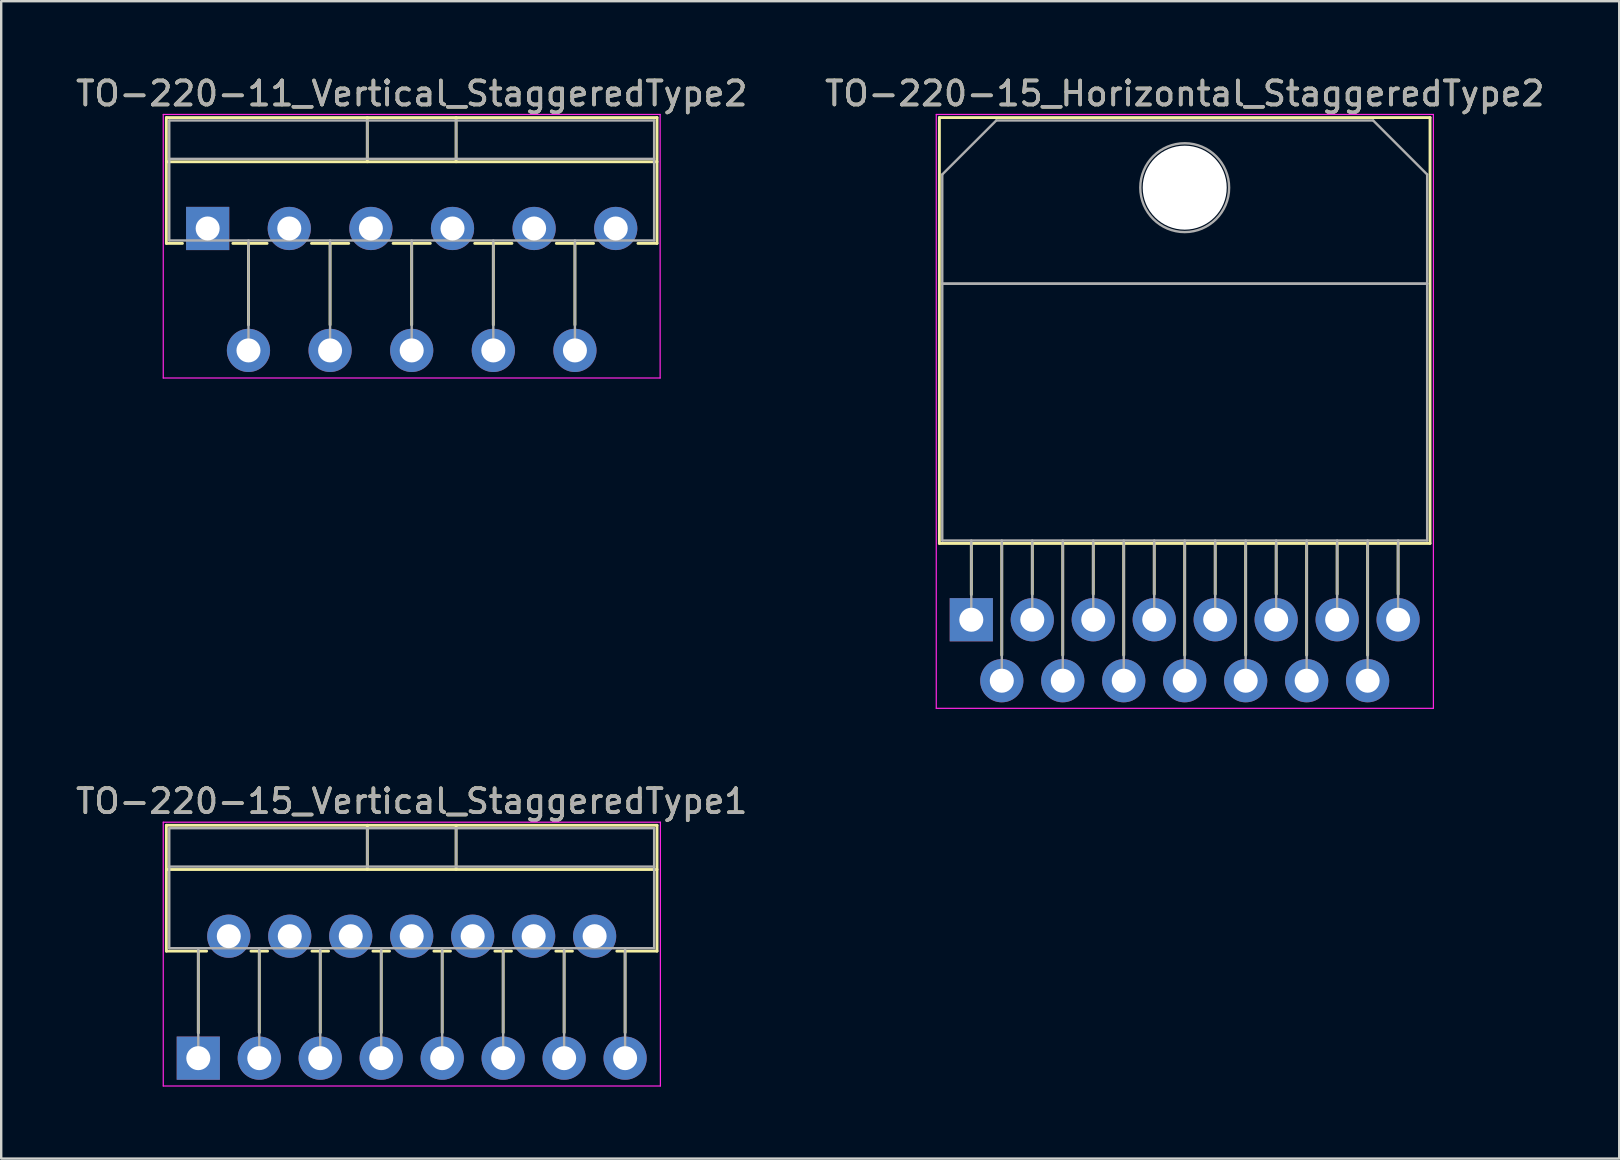
<source format=kicad_pcb>
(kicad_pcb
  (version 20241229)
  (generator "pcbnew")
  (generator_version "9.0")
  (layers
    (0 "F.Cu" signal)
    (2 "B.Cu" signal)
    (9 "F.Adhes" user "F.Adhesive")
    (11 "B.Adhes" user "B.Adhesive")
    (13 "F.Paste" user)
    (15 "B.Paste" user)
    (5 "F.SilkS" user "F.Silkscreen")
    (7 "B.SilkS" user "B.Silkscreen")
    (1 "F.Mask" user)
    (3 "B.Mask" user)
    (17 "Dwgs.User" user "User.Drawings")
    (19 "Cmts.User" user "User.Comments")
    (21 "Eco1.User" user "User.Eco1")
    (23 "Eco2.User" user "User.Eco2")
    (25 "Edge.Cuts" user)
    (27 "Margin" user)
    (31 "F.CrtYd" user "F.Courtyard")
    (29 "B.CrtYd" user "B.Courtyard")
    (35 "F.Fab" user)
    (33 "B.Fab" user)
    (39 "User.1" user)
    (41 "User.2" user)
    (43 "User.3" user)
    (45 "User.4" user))
  (footprint "TO-220-15_Horizontal_StaggeredType2"
    (layer "F.Cu")
    (at 37.414 22.768)
    (property "Reference" "TO-220-15_Horizontal_StaggeredType2" (at 8.89 -21.92 0) (layer "F.SilkS") (effects (font (size 1 1) (thickness 0.15))))
    (attr through_hole)
    (fp_line (start -1.33 -20.92) (end -1.33 -3.18) (stroke (width 0.12) (type solid)) (layer "F.SilkS"))
    (fp_line (start -1.33 -20.92) (end 19.11 -20.92) (stroke (width 0.12) (type solid)) (layer "F.SilkS"))
    (fp_line (start -1.33 -3.18) (end 19.11 -3.18) (stroke (width 0.12) (type solid)) (layer "F.SilkS"))
    (fp_line (start 0 -3.18) (end 0 -1.05) (stroke (width 0.12) (type solid)) (layer "F.SilkS"))
    (fp_line (start 1.27 -3.18) (end 1.27 1.475) (stroke (width 0.12) (type solid)) (layer "F.SilkS"))
    (fp_line (start 2.54 -3.18) (end 2.54 -1.066) (stroke (width 0.12) (type solid)) (layer "F.SilkS"))
    (fp_line (start 3.81 -3.18) (end 3.81 1.475) (stroke (width 0.12) (type solid)) (layer "F.SilkS"))
    (fp_line (start 5.08 -3.18) (end 5.08 -1.066) (stroke (width 0.12) (type solid)) (layer "F.SilkS"))
    (fp_line (start 6.35 -3.18) (end 6.35 1.475) (stroke (width 0.12) (type solid)) (layer "F.SilkS"))
    (fp_line (start 7.62 -3.18) (end 7.62 -1.066) (stroke (width 0.12) (type solid)) (layer "F.SilkS"))
    (fp_line (start 8.89 -3.18) (end 8.89 1.475) (stroke (width 0.12) (type solid)) (layer "F.SilkS"))
    (fp_line (start 10.16 -3.18) (end 10.16 -1.066) (stroke (width 0.12) (type solid)) (layer "F.SilkS"))
    (fp_line (start 11.43 -3.18) (end 11.43 1.475) (stroke (width 0.12) (type solid)) (layer "F.SilkS"))
    (fp_line (start 12.7 -3.18) (end 12.7 -1.066) (stroke (width 0.12) (type solid)) (layer "F.SilkS"))
    (fp_line (start 13.97 -3.18) (end 13.97 1.475) (stroke (width 0.12) (type solid)) (layer "F.SilkS"))
    (fp_line (start 15.24 -3.18) (end 15.24 -1.066) (stroke (width 0.12) (type solid)) (layer "F.SilkS"))
    (fp_line (start 16.51 -3.18) (end 16.51 1.475) (stroke (width 0.12) (type solid)) (layer "F.SilkS"))
    (fp_line (start 17.78 -3.18) (end 17.78 -1.066) (stroke (width 0.12) (type solid)) (layer "F.SilkS"))
    (fp_line (start 19.11 -20.92) (end 19.11 -3.18) (stroke (width 0.12) (type solid)) (layer "F.SilkS"))
    (fp_line (start -1.46 -21.05) (end -1.46 3.69) (stroke (width 0.05) (type solid)) (layer "F.CrtYd"))
    (fp_line (start -1.46 3.69) (end 19.25 3.69) (stroke (width 0.05) (type solid)) (layer "F.CrtYd"))
    (fp_line (start 19.25 -21.05) (end -1.46 -21.05) (stroke (width 0.05) (type solid)) (layer "F.CrtYd"))
    (fp_line (start 19.25 3.69) (end 19.25 -21.05) (stroke (width 0.05) (type solid)) (layer "F.CrtYd"))
    (fp_line (start -1.21 -18.55) (end 1.041 -20.8) (stroke (width 0.1) (type solid)) (layer "F.Fab"))
    (fp_line (start -1.21 -14) (end -1.21 -18.55) (stroke (width 0.1) (type solid)) (layer "F.Fab"))
    (fp_line (start -1.21 -14) (end 18.99 -14) (stroke (width 0.1) (type solid)) (layer "F.Fab"))
    (fp_line (start -1.21 -3.3) (end -1.21 -14) (stroke (width 0.1) (type solid)) (layer "F.Fab"))
    (fp_line (start 0 -3.3) (end 0 0) (stroke (width 0.1) (type solid)) (layer "F.Fab"))
    (fp_line (start 1.041 -20.8) (end 16.74 -20.8) (stroke (width 0.1) (type solid)) (layer "F.Fab"))
    (fp_line (start 1.27 -3.3) (end 1.27 2.54) (stroke (width 0.1) (type solid)) (layer "F.Fab"))
    (fp_line (start 2.54 -3.3) (end 2.54 0) (stroke (width 0.1) (type solid)) (layer "F.Fab"))
    (fp_line (start 3.81 -3.3) (end 3.81 2.54) (stroke (width 0.1) (type solid)) (layer "F.Fab"))
    (fp_line (start 5.08 -3.3) (end 5.08 0) (stroke (width 0.1) (type solid)) (layer "F.Fab"))
    (fp_line (start 6.35 -3.3) (end 6.35 2.54) (stroke (width 0.1) (type solid)) (layer "F.Fab"))
    (fp_line (start 7.62 -3.3) (end 7.62 0) (stroke (width 0.1) (type solid)) (layer "F.Fab"))
    (fp_line (start 8.89 -3.3) (end 8.89 2.54) (stroke (width 0.1) (type solid)) (layer "F.Fab"))
    (fp_line (start 10.16 -3.3) (end 10.16 0) (stroke (width 0.1) (type solid)) (layer "F.Fab"))
    (fp_line (start 11.43 -3.3) (end 11.43 2.54) (stroke (width 0.1) (type solid)) (layer "F.Fab"))
    (fp_line (start 12.7 -3.3) (end 12.7 0) (stroke (width 0.1) (type solid)) (layer "F.Fab"))
    (fp_line (start 13.97 -3.3) (end 13.97 2.54) (stroke (width 0.1) (type solid)) (layer "F.Fab"))
    (fp_line (start 15.24 -3.3) (end 15.24 0) (stroke (width 0.1) (type solid)) (layer "F.Fab"))
    (fp_line (start 16.51 -3.3) (end 16.51 2.54) (stroke (width 0.1) (type solid)) (layer "F.Fab"))
    (fp_line (start 16.74 -20.8) (end 18.99 -18.55) (stroke (width 0.1) (type solid)) (layer "F.Fab"))
    (fp_line (start 17.78 -3.3) (end 17.78 0) (stroke (width 0.1) (type solid)) (layer "F.Fab"))
    (fp_line (start 18.99 -18.55) (end 18.99 -14) (stroke (width 0.1) (type solid)) (layer "F.Fab"))
    (fp_line (start 18.99 -14) (end -1.21 -14) (stroke (width 0.1) (type solid)) (layer "F.Fab"))
    (fp_line (start 18.99 -14) (end 18.99 -3.3) (stroke (width 0.1) (type solid)) (layer "F.Fab"))
    (fp_line (start 18.99 -3.3) (end -1.21 -3.3) (stroke (width 0.1) (type solid)) (layer "F.Fab"))
    (fp_circle (center 8.89 -18) (end 10.74 -18) (stroke (width 0.1) (type solid)) (fill no) (layer "F.Fab"))
    (fp_text user "${REFERENCE}" (at 8.89 -21.92 0) (layer "F.Fab") (effects (font (size 1 1) (thickness 0.15))))
    (pad "" np_thru_hole oval (at 8.89 -18) (size 3.5 3.5) (drill 3.5) (layers "*.Cu" "*.Mask"))
    (pad "1" thru_hole rect (at 0 0) (size 1.8 1.8) (drill 1) (layers "*.Cu" "*.Mask"))
    (pad "2" thru_hole oval (at 1.27 2.54) (size 1.8 1.8) (drill 1) (layers "*.Cu" "*.Mask"))
    (pad "3" thru_hole oval (at 2.54 0) (size 1.8 1.8) (drill 1) (layers "*.Cu" "*.Mask"))
    (pad "4" thru_hole oval (at 3.81 2.54) (size 1.8 1.8) (drill 1) (layers "*.Cu" "*.Mask"))
    (pad "5" thru_hole oval (at 5.08 0) (size 1.8 1.8) (drill 1) (layers "*.Cu" "*.Mask"))
    (pad "6" thru_hole oval (at 6.35 2.54) (size 1.8 1.8) (drill 1) (layers "*.Cu" "*.Mask"))
    (pad "7" thru_hole oval (at 7.62 0) (size 1.8 1.8) (drill 1) (layers "*.Cu" "*.Mask"))
    (pad "8" thru_hole oval (at 8.89 2.54) (size 1.8 1.8) (drill 1) (layers "*.Cu" "*.Mask"))
    (pad "9" thru_hole oval (at 10.16 0) (size 1.8 1.8) (drill 1) (layers "*.Cu" "*.Mask"))
    (pad "10" thru_hole oval (at 11.43 2.54) (size 1.8 1.8) (drill 1) (layers "*.Cu" "*.Mask"))
    (pad "11" thru_hole oval (at 12.7 0) (size 1.8 1.8) (drill 1) (layers "*.Cu" "*.Mask"))
    (pad "12" thru_hole oval (at 13.97 2.54) (size 1.8 1.8) (drill 1) (layers "*.Cu" "*.Mask"))
    (pad "13" thru_hole oval (at 15.24 0) (size 1.8 1.8) (drill 1) (layers "*.Cu" "*.Mask"))
    (pad "14" thru_hole oval (at 16.51 2.54) (size 1.8 1.8) (drill 1) (layers "*.Cu" "*.Mask"))
    (pad "15" thru_hole oval (at 17.78 0) (size 1.8 1.8) (drill 1) (layers "*.Cu" "*.Mask")))
  (footprint "TO-220-15_Vertical_StaggeredType1"
    (layer "F.Cu")
    (at 5.211 41.032)
    (property "Reference" "TO-220-15_Vertical_StaggeredType1" (at 8.89 -10.7 0) (layer "F.SilkS") (effects (font (size 1 1) (thickness 0.15))))
    (attr through_hole)
    (fp_line (start -1.33 -9.7) (end -1.33 -4.459) (stroke (width 0.12) (type solid)) (layer "F.SilkS"))
    (fp_line (start -1.33 -9.7) (end 19.11 -9.7) (stroke (width 0.12) (type solid)) (layer "F.SilkS"))
    (fp_line (start -1.33 -7.86) (end 19.11 -7.86) (stroke (width 0.12) (type solid)) (layer "F.SilkS"))
    (fp_line (start -1.33 -4.459) (end 0.346 -4.459) (stroke (width 0.12) (type solid)) (layer "F.SilkS"))
    (fp_line (start 0 -4.459) (end 0 -1.05) (stroke (width 0.12) (type solid)) (layer "F.SilkS"))
    (fp_line (start 2.195 -4.459) (end 2.886 -4.459) (stroke (width 0.12) (type solid)) (layer "F.SilkS"))
    (fp_line (start 2.54 -4.459) (end 2.54 -1.065) (stroke (width 0.12) (type solid)) (layer "F.SilkS"))
    (fp_line (start 4.735 -4.459) (end 5.426 -4.459) (stroke (width 0.12) (type solid)) (layer "F.SilkS"))
    (fp_line (start 5.08 -4.459) (end 5.08 -1.065) (stroke (width 0.12) (type solid)) (layer "F.SilkS"))
    (fp_line (start 7.041 -9.7) (end 7.041 -7.86) (stroke (width 0.12) (type solid)) (layer "F.SilkS"))
    (fp_line (start 7.275 -4.459) (end 7.966 -4.459) (stroke (width 0.12) (type solid)) (layer "F.SilkS"))
    (fp_line (start 7.62 -4.459) (end 7.62 -1.065) (stroke (width 0.12) (type solid)) (layer "F.SilkS"))
    (fp_line (start 9.815 -4.459) (end 10.506 -4.459) (stroke (width 0.12) (type solid)) (layer "F.SilkS"))
    (fp_line (start 10.16 -4.459) (end 10.16 -1.065) (stroke (width 0.12) (type solid)) (layer "F.SilkS"))
    (fp_line (start 10.74 -9.7) (end 10.74 -7.86) (stroke (width 0.12) (type solid)) (layer "F.SilkS"))
    (fp_line (start 12.355 -4.459) (end 13.046 -4.459) (stroke (width 0.12) (type solid)) (layer "F.SilkS"))
    (fp_line (start 12.7 -4.459) (end 12.7 -1.065) (stroke (width 0.12) (type solid)) (layer "F.SilkS"))
    (fp_line (start 14.895 -4.459) (end 15.586 -4.459) (stroke (width 0.12) (type solid)) (layer "F.SilkS"))
    (fp_line (start 15.24 -4.459) (end 15.24 -1.065) (stroke (width 0.12) (type solid)) (layer "F.SilkS"))
    (fp_line (start 17.435 -4.459) (end 19.11 -4.459) (stroke (width 0.12) (type solid)) (layer "F.SilkS"))
    (fp_line (start 17.78 -4.459) (end 17.78 -1.065) (stroke (width 0.12) (type solid)) (layer "F.SilkS"))
    (fp_line (start 19.11 -9.7) (end 19.11 -4.459) (stroke (width 0.12) (type solid)) (layer "F.SilkS"))
    (fp_line (start -1.46 -9.83) (end -1.46 1.16) (stroke (width 0.05) (type solid)) (layer "F.CrtYd"))
    (fp_line (start -1.46 1.16) (end 19.25 1.16) (stroke (width 0.05) (type solid)) (layer "F.CrtYd"))
    (fp_line (start 19.25 -9.83) (end -1.46 -9.83) (stroke (width 0.05) (type solid)) (layer "F.CrtYd"))
    (fp_line (start 19.25 1.16) (end 19.25 -9.83) (stroke (width 0.05) (type solid)) (layer "F.CrtYd"))
    (fp_line (start -1.21 -9.58) (end -1.21 -4.58) (stroke (width 0.1) (type solid)) (layer "F.Fab"))
    (fp_line (start -1.21 -7.98) (end 18.99 -7.98) (stroke (width 0.1) (type solid)) (layer "F.Fab"))
    (fp_line (start -1.21 -4.58) (end 18.99 -4.58) (stroke (width 0.1) (type solid)) (layer "F.Fab"))
    (fp_line (start 0 -4.58) (end 0 0) (stroke (width 0.1) (type solid)) (layer "F.Fab"))
    (fp_line (start 2.54 -4.58) (end 2.54 0) (stroke (width 0.1) (type solid)) (layer "F.Fab"))
    (fp_line (start 5.08 -4.58) (end 5.08 0) (stroke (width 0.1) (type solid)) (layer "F.Fab"))
    (fp_line (start 7.04 -9.58) (end 7.04 -7.98) (stroke (width 0.1) (type solid)) (layer "F.Fab"))
    (fp_line (start 7.62 -4.58) (end 7.62 0) (stroke (width 0.1) (type solid)) (layer "F.Fab"))
    (fp_line (start 10.16 -4.58) (end 10.16 0) (stroke (width 0.1) (type solid)) (layer "F.Fab"))
    (fp_line (start 10.74 -9.58) (end 10.74 -7.98) (stroke (width 0.1) (type solid)) (layer "F.Fab"))
    (fp_line (start 12.7 -4.58) (end 12.7 0) (stroke (width 0.1) (type solid)) (layer "F.Fab"))
    (fp_line (start 15.24 -4.58) (end 15.24 0) (stroke (width 0.1) (type solid)) (layer "F.Fab"))
    (fp_line (start 17.78 -4.58) (end 17.78 0) (stroke (width 0.1) (type solid)) (layer "F.Fab"))
    (fp_line (start 18.99 -9.58) (end -1.21 -9.58) (stroke (width 0.1) (type solid)) (layer "F.Fab"))
    (fp_line (start 18.99 -4.58) (end 18.99 -9.58) (stroke (width 0.1) (type solid)) (layer "F.Fab"))
    (fp_text user "${REFERENCE}" (at 8.89 -10.7 0) (layer "F.Fab") (effects (font (size 1 1) (thickness 0.15))))
    (pad "1" thru_hole rect (at 0 0) (size 1.8 1.8) (drill 1) (layers "*.Cu" "*.Mask"))
    (pad "2" thru_hole oval (at 1.27 -5.08) (size 1.8 1.8) (drill 1) (layers "*.Cu" "*.Mask"))
    (pad "3" thru_hole oval (at 2.54 0) (size 1.8 1.8) (drill 1) (layers "*.Cu" "*.Mask"))
    (pad "4" thru_hole oval (at 3.81 -5.08) (size 1.8 1.8) (drill 1) (layers "*.Cu" "*.Mask"))
    (pad "5" thru_hole oval (at 5.08 0) (size 1.8 1.8) (drill 1) (layers "*.Cu" "*.Mask"))
    (pad "6" thru_hole oval (at 6.35 -5.08) (size 1.8 1.8) (drill 1) (layers "*.Cu" "*.Mask"))
    (pad "7" thru_hole oval (at 7.62 0) (size 1.8 1.8) (drill 1) (layers "*.Cu" "*.Mask"))
    (pad "8" thru_hole oval (at 8.89 -5.08) (size 1.8 1.8) (drill 1) (layers "*.Cu" "*.Mask"))
    (pad "9" thru_hole oval (at 10.16 0) (size 1.8 1.8) (drill 1) (layers "*.Cu" "*.Mask"))
    (pad "10" thru_hole oval (at 11.43 -5.08) (size 1.8 1.8) (drill 1) (layers "*.Cu" "*.Mask"))
    (pad "11" thru_hole oval (at 12.7 0) (size 1.8 1.8) (drill 1) (layers "*.Cu" "*.Mask"))
    (pad "12" thru_hole oval (at 13.97 -5.08) (size 1.8 1.8) (drill 1) (layers "*.Cu" "*.Mask"))
    (pad "13" thru_hole oval (at 15.24 0) (size 1.8 1.8) (drill 1) (layers "*.Cu" "*.Mask"))
    (pad "14" thru_hole oval (at 16.51 -5.08) (size 1.8 1.8) (drill 1) (layers "*.Cu" "*.Mask"))
    (pad "15" thru_hole oval (at 17.78 0) (size 1.8 1.8) (drill 1) (layers "*.Cu" "*.Mask")))
  (footprint "TO-220-11_Vertical_StaggeredType2"
    (layer "F.Cu")
    (at 5.601 6.468)
    (property "Reference" "TO-220-11_Vertical_StaggeredType2" (at 8.5 -5.62 0) (layer "F.SilkS") (effects (font (size 1 1) (thickness 0.15))))
    (attr through_hole)
    (fp_line (start -1.72 -4.62) (end -1.72 0.621) (stroke (width 0.12) (type solid)) (layer "F.SilkS"))
    (fp_line (start -1.72 -4.62) (end 18.72 -4.62) (stroke (width 0.12) (type solid)) (layer "F.SilkS"))
    (fp_line (start -1.72 -2.78) (end 18.72 -2.78) (stroke (width 0.12) (type solid)) (layer "F.SilkS"))
    (fp_line (start -1.72 0.621) (end -1.05 0.621) (stroke (width 0.12) (type solid)) (layer "F.SilkS"))
    (fp_line (start 1.05 0.621) (end 2.476 0.621) (stroke (width 0.12) (type solid)) (layer "F.SilkS"))
    (fp_line (start 1.7 0.621) (end 1.7 4.015) (stroke (width 0.12) (type solid)) (layer "F.SilkS"))
    (fp_line (start 4.325 0.621) (end 5.876 0.621) (stroke (width 0.12) (type solid)) (layer "F.SilkS"))
    (fp_line (start 5.1 0.621) (end 5.1 4.015) (stroke (width 0.12) (type solid)) (layer "F.SilkS"))
    (fp_line (start 6.65 -4.62) (end 6.65 -2.78) (stroke (width 0.12) (type solid)) (layer "F.SilkS"))
    (fp_line (start 7.725 0.621) (end 9.276 0.621) (stroke (width 0.12) (type solid)) (layer "F.SilkS"))
    (fp_line (start 8.5 0.621) (end 8.5 4.015) (stroke (width 0.12) (type solid)) (layer "F.SilkS"))
    (fp_line (start 10.35 -4.62) (end 10.35 -2.78) (stroke (width 0.12) (type solid)) (layer "F.SilkS"))
    (fp_line (start 11.125 0.621) (end 12.676 0.621) (stroke (width 0.12) (type solid)) (layer "F.SilkS"))
    (fp_line (start 11.9 0.621) (end 11.9 4.015) (stroke (width 0.12) (type solid)) (layer "F.SilkS"))
    (fp_line (start 14.525 0.621) (end 16.076 0.621) (stroke (width 0.12) (type solid)) (layer "F.SilkS"))
    (fp_line (start 15.3 0.621) (end 15.3 4.015) (stroke (width 0.12) (type solid)) (layer "F.SilkS"))
    (fp_line (start 17.925 0.621) (end 18.72 0.621) (stroke (width 0.12) (type solid)) (layer "F.SilkS"))
    (fp_line (start 18.72 -4.62) (end 18.72 0.621) (stroke (width 0.12) (type solid)) (layer "F.SilkS"))
    (fp_line (start -1.85 -4.75) (end -1.85 6.23) (stroke (width 0.05) (type solid)) (layer "F.CrtYd"))
    (fp_line (start -1.85 6.23) (end 18.85 6.23) (stroke (width 0.05) (type solid)) (layer "F.CrtYd"))
    (fp_line (start 18.85 -4.75) (end -1.85 -4.75) (stroke (width 0.05) (type solid)) (layer "F.CrtYd"))
    (fp_line (start 18.85 6.23) (end 18.85 -4.75) (stroke (width 0.05) (type solid)) (layer "F.CrtYd"))
    (fp_line (start -1.6 -4.5) (end -1.6 0.5) (stroke (width 0.1) (type solid)) (layer "F.Fab"))
    (fp_line (start -1.6 -2.9) (end 18.6 -2.9) (stroke (width 0.1) (type solid)) (layer "F.Fab"))
    (fp_line (start -1.6 0.5) (end 18.6 0.5) (stroke (width 0.1) (type solid)) (layer "F.Fab"))
    (fp_line (start 1.7 0.5) (end 1.7 5.08) (stroke (width 0.1) (type solid)) (layer "F.Fab"))
    (fp_line (start 5.1 0.5) (end 5.1 5.08) (stroke (width 0.1) (type solid)) (layer "F.Fab"))
    (fp_line (start 6.65 -4.5) (end 6.65 -2.9) (stroke (width 0.1) (type solid)) (layer "F.Fab"))
    (fp_line (start 8.5 0.5) (end 8.5 5.08) (stroke (width 0.1) (type solid)) (layer "F.Fab"))
    (fp_line (start 10.35 -4.5) (end 10.35 -2.9) (stroke (width 0.1) (type solid)) (layer "F.Fab"))
    (fp_line (start 11.9 0.5) (end 11.9 5.08) (stroke (width 0.1) (type solid)) (layer "F.Fab"))
    (fp_line (start 15.3 0.5) (end 15.3 5.08) (stroke (width 0.1) (type solid)) (layer "F.Fab"))
    (fp_line (start 18.6 -4.5) (end -1.6 -4.5) (stroke (width 0.1) (type solid)) (layer "F.Fab"))
    (fp_line (start 18.6 0.5) (end 18.6 -4.5) (stroke (width 0.1) (type solid)) (layer "F.Fab"))
    (fp_text user "${REFERENCE}" (at 8.5 -5.62 0) (layer "F.Fab") (effects (font (size 1 1) (thickness 0.15))))
    (pad "1" thru_hole rect (at 0 0) (size 1.8 1.8) (drill 1) (layers "*.Cu" "*.Mask"))
    (pad "2" thru_hole oval (at 1.7 5.08) (size 1.8 1.8) (drill 1) (layers "*.Cu" "*.Mask"))
    (pad "3" thru_hole oval (at 3.4 0) (size 1.8 1.8) (drill 1) (layers "*.Cu" "*.Mask"))
    (pad "4" thru_hole oval (at 5.1 5.08) (size 1.8 1.8) (drill 1) (layers "*.Cu" "*.Mask"))
    (pad "5" thru_hole oval (at 6.8 0) (size 1.8 1.8) (drill 1) (layers "*.Cu" "*.Mask"))
    (pad "6" thru_hole oval (at 8.5 5.08) (size 1.8 1.8) (drill 1) (layers "*.Cu" "*.Mask"))
    (pad "7" thru_hole oval (at 10.2 0) (size 1.8 1.8) (drill 1) (layers "*.Cu" "*.Mask"))
    (pad "8" thru_hole oval (at 11.9 5.08) (size 1.8 1.8) (drill 1) (layers "*.Cu" "*.Mask"))
    (pad "9" thru_hole oval (at 13.6 0) (size 1.8 1.8) (drill 1) (layers "*.Cu" "*.Mask"))
    (pad "10" thru_hole oval (at 15.3 5.08) (size 1.8 1.8) (drill 1) (layers "*.Cu" "*.Mask"))
    (pad "11" thru_hole oval (at 17 0) (size 1.8 1.8) (drill 1) (layers "*.Cu" "*.Mask")))
  (gr_rect
    (start -3 -3)
    (end 64.405 45.217)
    (stroke (width 0.1) (type default))
    (fill no)
    (layer "Edge.Cuts")))
</source>
